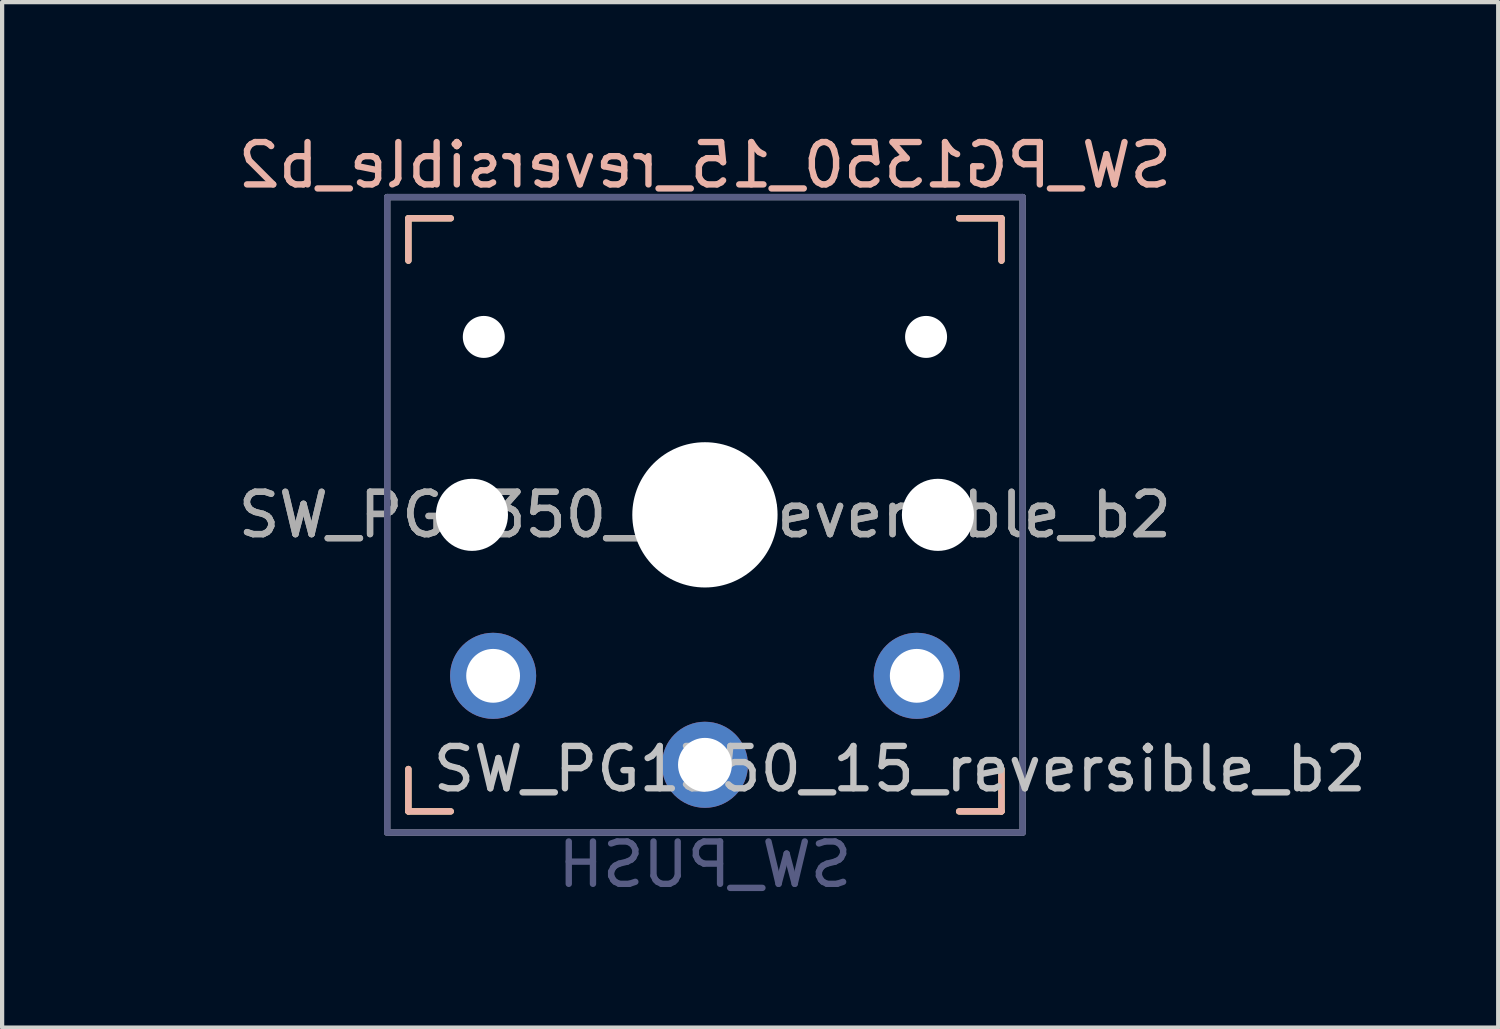
<source format=kicad_pcb>
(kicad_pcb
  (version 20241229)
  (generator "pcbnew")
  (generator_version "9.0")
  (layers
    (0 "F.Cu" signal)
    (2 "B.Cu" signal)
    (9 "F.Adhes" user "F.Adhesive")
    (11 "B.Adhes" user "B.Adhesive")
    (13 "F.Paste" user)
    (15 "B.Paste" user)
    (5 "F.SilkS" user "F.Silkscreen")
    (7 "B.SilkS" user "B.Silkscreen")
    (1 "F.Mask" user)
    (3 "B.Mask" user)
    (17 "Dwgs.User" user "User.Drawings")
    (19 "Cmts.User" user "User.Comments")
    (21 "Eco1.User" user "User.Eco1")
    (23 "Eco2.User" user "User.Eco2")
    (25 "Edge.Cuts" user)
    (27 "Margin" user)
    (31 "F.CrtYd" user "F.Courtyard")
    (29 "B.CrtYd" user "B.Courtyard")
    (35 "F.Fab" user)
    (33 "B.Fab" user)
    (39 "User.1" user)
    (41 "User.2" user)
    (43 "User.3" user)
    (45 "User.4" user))
  (footprint "SW_PG1350_15_reversible_b2"
    (layer "F.Cu")
    (at 13.59 9.103)
    (property "Reference" "SW_PG1350_15_reversible_b2" (at 4.6 6 0) (layer "Dwgs.User") (effects (font (size 1 1) (thickness 0.15))))
    (property "Value" "SW_PUSH" (at -0.5 6 0) (layer "Dwgs.User") (hide yes) (effects (font (size 1 1) (thickness 0.15))))
    (attr through_hole)
    (fp_line (start -7 -7) (end -6 -7) (stroke (width 0.15) (type solid)) (layer "F.SilkS"))
    (fp_line (start -7 -6) (end -7 -7) (stroke (width 0.15) (type solid)) (layer "F.SilkS"))
    (fp_line (start -7 7) (end -7 6) (stroke (width 0.15) (type solid)) (layer "F.SilkS"))
    (fp_line (start -6 7) (end -7 7) (stroke (width 0.15) (type solid)) (layer "F.SilkS"))
    (fp_line (start 6 -7) (end 7 -7) (stroke (width 0.15) (type solid)) (layer "F.SilkS"))
    (fp_line (start 7 -7) (end 7 -6) (stroke (width 0.15) (type solid)) (layer "F.SilkS"))
    (fp_line (start 7 6) (end 7 7) (stroke (width 0.15) (type solid)) (layer "F.SilkS"))
    (fp_line (start 7 7) (end 6 7) (stroke (width 0.15) (type solid)) (layer "F.SilkS"))
    (fp_line (start -7 -7) (end -6 -7) (stroke (width 0.15) (type solid)) (layer "B.SilkS"))
    (fp_line (start -7 -6) (end -7 -7) (stroke (width 0.15) (type solid)) (layer "B.SilkS"))
    (fp_line (start -7 7) (end -7 6) (stroke (width 0.15) (type solid)) (layer "B.SilkS"))
    (fp_line (start -6 7) (end -7 7) (stroke (width 0.15) (type solid)) (layer "B.SilkS"))
    (fp_line (start 6 -7) (end 7 -7) (stroke (width 0.15) (type solid)) (layer "B.SilkS"))
    (fp_line (start 7 -7) (end 7 -6) (stroke (width 0.15) (type solid)) (layer "B.SilkS"))
    (fp_line (start 7 6) (end 7 7) (stroke (width 0.15) (type solid)) (layer "B.SilkS"))
    (fp_line (start 7 7) (end 6 7) (stroke (width 0.15) (type solid)) (layer "B.SilkS"))
    (fp_line (start -13.53 8.52) (end 13.47 8.54) (stroke (width 0.12) (type solid)) (layer "Eco1.User"))
    (fp_line (start -13.52 -8.5) (end 13.48 -8.48) (stroke (width 0.12) (type solid)) (layer "Eco1.User"))
    (fp_line (start -13.52 8.5) (end -13.52 -8.5) (stroke (width 0.12) (type solid)) (layer "Eco1.User"))
    (fp_line (start 13.48 8.52) (end 13.48 -8.48) (stroke (width 0.12) (type solid)) (layer "Eco1.User"))
    (fp_line (start -6.9 6.9) (end -6.9 -6.9) (stroke (width 0.15) (type solid)) (layer "Eco2.User"))
    (fp_line (start -6.9 6.9) (end 6.9 6.9) (stroke (width 0.15) (type solid)) (layer "Eco2.User"))
    (fp_line (start -2.6 -3.1) (end -2.6 -6.3) (stroke (width 0.15) (type solid)) (layer "Eco2.User"))
    (fp_line (start -2.6 -3.1) (end 2.6 -3.1) (stroke (width 0.15) (type solid)) (layer "Eco2.User"))
    (fp_line (start 2.6 -6.3) (end -2.6 -6.3) (stroke (width 0.15) (type solid)) (layer "Eco2.User"))
    (fp_line (start 2.6 -3.1) (end 2.6 -6.3) (stroke (width 0.15) (type solid)) (layer "Eco2.User"))
    (fp_line (start 6.9 -6.9) (end -6.9 -6.9) (stroke (width 0.15) (type solid)) (layer "Eco2.User"))
    (fp_line (start 6.9 -6.9) (end 6.9 6.9) (stroke (width 0.15) (type solid)) (layer "Eco2.User"))
    (fp_line (start -7.5 -7.5) (end 7.5 -7.5) (stroke (width 0.15) (type solid)) (layer "B.Fab"))
    (fp_line (start -7.5 7.5) (end -7.5 -7.5) (stroke (width 0.15) (type solid)) (layer "B.Fab"))
    (fp_line (start 7.5 -7.5) (end 7.5 7.5) (stroke (width 0.15) (type solid)) (layer "B.Fab"))
    (fp_line (start 7.5 7.5) (end -7.5 7.5) (stroke (width 0.15) (type solid)) (layer "B.Fab"))
    (fp_line (start -7.5 -7.5) (end 7.5 -7.5) (stroke (width 0.15) (type solid)) (layer "F.Fab"))
    (fp_line (start -7.5 7.5) (end -7.5 -7.5) (stroke (width 0.15) (type solid)) (layer "F.Fab"))
    (fp_line (start 7.5 -7.5) (end 7.5 7.5) (stroke (width 0.15) (type solid)) (layer "F.Fab"))
    (fp_line (start 7.5 7.5) (end -7.5 7.5) (stroke (width 0.15) (type solid)) (layer "F.Fab"))
    (fp_text user "${REFERENCE}" (at 0 -8.255 0) (layer "B.SilkS") (effects (font (size 1 1) (thickness 0.15)) (justify mirror)))
    (fp_text user "${VALUE}" (at 0 8.255 0) (layer "B.Fab") (effects (font (size 1 1) (thickness 0.15)) (justify mirror)))
    (fp_text user "${REFERENCE}" (at 0 0 0) (layer "F.Fab") (effects (font (size 1 1) (thickness 0.15))))
    (fp_text user "${REFERENCE}" (at 0 0 0) (layer "F.Fab") (effects (font (size 1 1) (thickness 0.15))))
    (pad "" np_thru_hole circle (at -5.5 0) (size 1.702 1.702) (drill 1.702) (layers "*.Cu" "*.Mask"))
    (pad "" np_thru_hole circle (at -5.22 -4.2) (size 0.991 0.991) (drill 0.991) (layers "*.Cu" "*.Mask"))
    (pad "" np_thru_hole circle (at 0 0) (size 3.429 3.429) (drill 3.429) (layers "*.Cu" "*.Mask"))
    (pad "" np_thru_hole circle (at 5.22 -4.2) (size 0.991 0.991) (drill 0.991) (layers "*.Cu" "*.Mask"))
    (pad "" np_thru_hole circle (at 5.5 0) (size 1.702 1.702) (drill 1.702) (layers "*.Cu" "*.Mask"))
    (pad "1" thru_hole circle (at 0 5.9) (size 2.032 2.032) (drill 1.27) (layers "*.Cu" "*.Mask"))
    (pad "2" thru_hole circle (at -5 3.8) (size 2.032 2.032) (drill 1.27) (layers "*.Cu" "*.Mask"))
    (pad "2" thru_hole circle (at 5 3.8) (size 2.032 2.032) (drill 1.27) (layers "*.Cu" "*.Mask")))
  (gr_rect
    (start -3 -3)
    (end 32.315 21.206)
    (stroke (width 0.1) (type default))
    (fill no)
    (layer "Edge.Cuts")))
</source>
